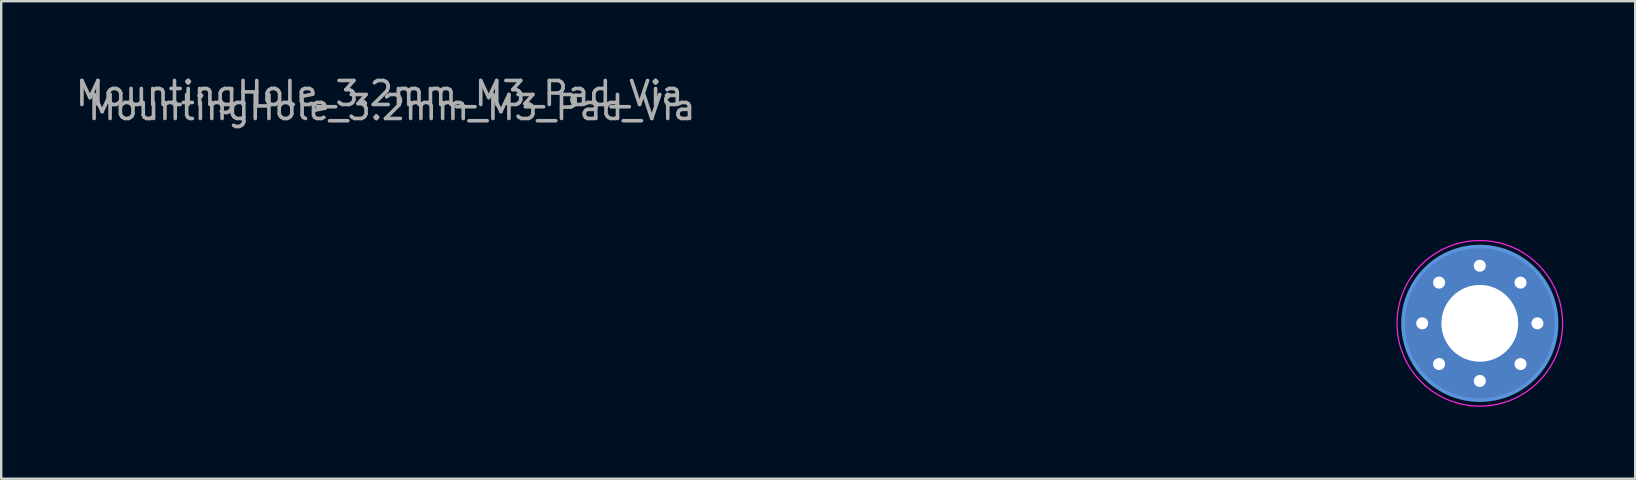
<source format=kicad_pcb>
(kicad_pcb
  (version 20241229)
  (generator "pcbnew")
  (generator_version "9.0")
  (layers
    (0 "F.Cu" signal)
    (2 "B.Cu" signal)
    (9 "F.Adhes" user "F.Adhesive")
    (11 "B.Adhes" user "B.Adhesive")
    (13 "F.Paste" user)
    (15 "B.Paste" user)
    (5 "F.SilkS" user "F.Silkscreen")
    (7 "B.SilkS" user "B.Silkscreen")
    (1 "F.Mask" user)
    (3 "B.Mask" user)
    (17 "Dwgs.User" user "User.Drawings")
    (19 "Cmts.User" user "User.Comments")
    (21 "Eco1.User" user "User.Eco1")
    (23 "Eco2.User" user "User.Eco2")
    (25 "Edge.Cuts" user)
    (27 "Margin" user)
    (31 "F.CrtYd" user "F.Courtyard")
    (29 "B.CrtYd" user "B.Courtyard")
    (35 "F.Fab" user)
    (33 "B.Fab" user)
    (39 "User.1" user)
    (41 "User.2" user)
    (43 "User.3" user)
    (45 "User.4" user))
  (footprint "MountingHole_3.2mm_M3_Pad_Via"
    (layer "F.Cu")
    (at 58.615 10.424)
    (property "Reference" "MountingHole_3.2mm_M3_Pad_Via" (at -45.847 -9.576 0) (layer "F.Fab") (effects (font (size 1 1) (thickness 0.15))))
    (attr exclude_from_pos_files exclude_from_bom)
    (fp_circle (center 0 0) (end 3.2 0) (stroke (width 0.15) (type solid)) (fill no) (layer "Cmts.User"))
    (fp_circle (center 0 0) (end 3.45 0) (stroke (width 0.05) (type solid)) (fill no) (layer "F.CrtYd"))
    (fp_text user "${REFERENCE}" (at -45.339 -8.992 0) (layer "F.Fab") (effects (font (size 1 1) (thickness 0.15))))
    (pad "1" thru_hole circle (at -2.4 0) (size 0.8 0.8) (drill 0.5) (layers "*.Cu" "*.Mask"))
    (pad "1" thru_hole circle (at -1.697 -1.697) (size 0.8 0.8) (drill 0.5) (layers "*.Cu" "*.Mask"))
    (pad "1" thru_hole circle (at -1.697 1.697) (size 0.8 0.8) (drill 0.5) (layers "*.Cu" "*.Mask"))
    (pad "1" thru_hole circle (at 0 -2.4) (size 0.8 0.8) (drill 0.5) (layers "*.Cu" "*.Mask"))
    (pad "1" thru_hole circle (at 0 0) (size 6.4 6.4) (drill 3.2) (layers "*.Cu" "*.Mask"))
    (pad "1" thru_hole circle (at 0 2.4) (size 0.8 0.8) (drill 0.5) (layers "*.Cu" "*.Mask"))
    (pad "1" thru_hole circle (at 1.697 -1.697) (size 0.8 0.8) (drill 0.5) (layers "*.Cu" "*.Mask"))
    (pad "1" thru_hole circle (at 1.697 1.697) (size 0.8 0.8) (drill 0.5) (layers "*.Cu" "*.Mask"))
    (pad "1" thru_hole circle (at 2.4 0) (size 0.8 0.8) (drill 0.5) (layers "*.Cu" "*.Mask")))
  (gr_rect
    (start -3 -3)
    (end 65.09 16.899)
    (stroke (width 0.1) (type default))
    (fill no)
    (layer "Edge.Cuts")))
</source>
